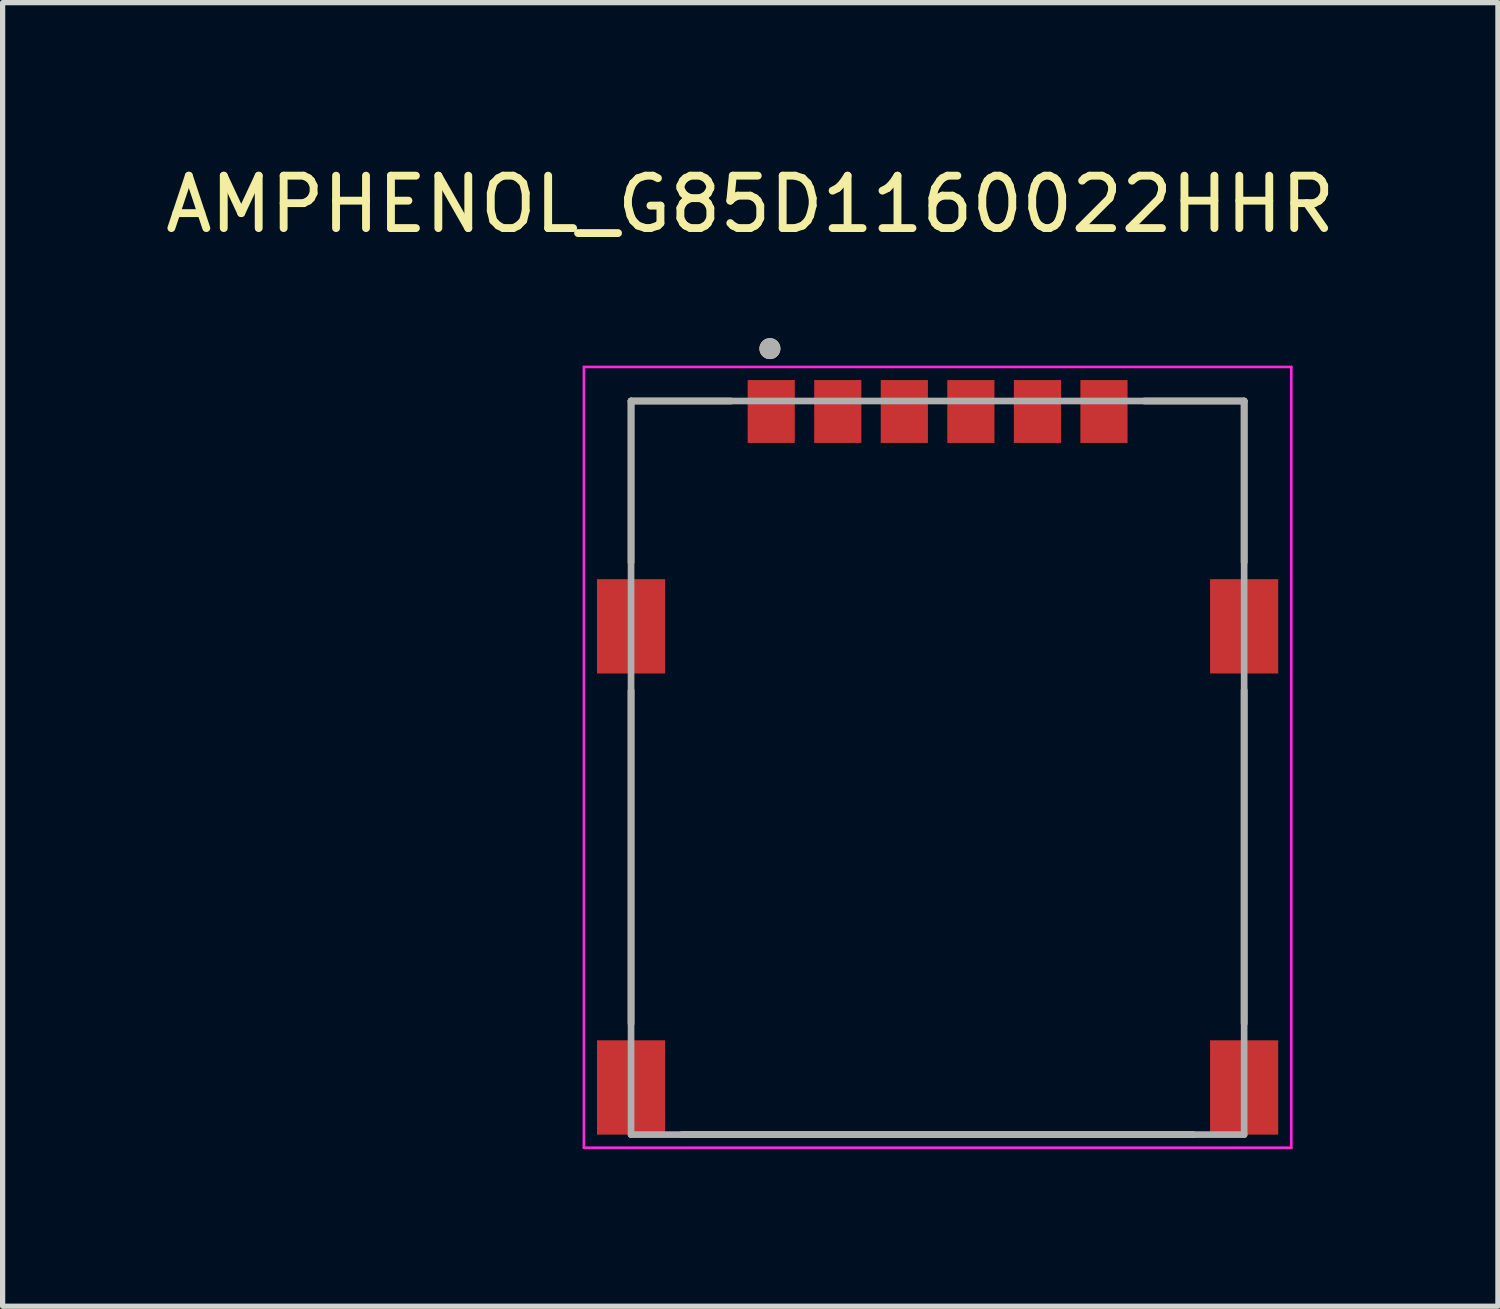
<source format=kicad_pcb>
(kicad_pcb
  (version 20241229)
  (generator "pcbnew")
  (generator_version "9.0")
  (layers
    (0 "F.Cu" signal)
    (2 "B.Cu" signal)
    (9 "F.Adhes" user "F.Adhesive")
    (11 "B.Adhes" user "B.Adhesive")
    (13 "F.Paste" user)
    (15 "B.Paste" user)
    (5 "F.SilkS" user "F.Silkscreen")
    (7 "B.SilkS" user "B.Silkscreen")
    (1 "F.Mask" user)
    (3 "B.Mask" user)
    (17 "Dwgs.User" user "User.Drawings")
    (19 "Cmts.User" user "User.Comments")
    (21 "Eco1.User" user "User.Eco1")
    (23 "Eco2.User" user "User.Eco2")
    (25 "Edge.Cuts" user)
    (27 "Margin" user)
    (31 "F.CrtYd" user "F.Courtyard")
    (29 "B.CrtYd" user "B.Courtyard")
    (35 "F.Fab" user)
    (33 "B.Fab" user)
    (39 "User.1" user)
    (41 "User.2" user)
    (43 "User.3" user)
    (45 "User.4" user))
  (footprint "AMPHENOL_G85D1160022HHR"
    (layer "F.Cu")
    (at 14.843 11.603)
    (property "Reference" "AMPHENOL_G85D1160022HHR" (at -3.575 -10.755 0) (layer "F.SilkS") (effects (font (size 1 1) (thickness 0.15))))
    (attr smd)
    (fp_line (start -5.85 -7) (end -3.945 -7) (stroke (width 0.127) (type solid)) (layer "F.SilkS"))
    (fp_line (start -5.85 -3.92) (end -5.85 -7) (stroke (width 0.127) (type solid)) (layer "F.SilkS"))
    (fp_line (start -5.85 -1.48) (end -5.85 4.88) (stroke (width 0.127) (type solid)) (layer "F.SilkS"))
    (fp_line (start -4.88 7) (end 4.88 7) (stroke (width 0.127) (type solid)) (layer "F.SilkS"))
    (fp_line (start 3.945 -7) (end 5.85 -7) (stroke (width 0.127) (type solid)) (layer "F.SilkS"))
    (fp_line (start 5.85 -7) (end 5.85 -3.92) (stroke (width 0.127) (type solid)) (layer "F.SilkS"))
    (fp_line (start 5.85 -1.48) (end 5.85 4.88) (stroke (width 0.127) (type solid)) (layer "F.SilkS"))
    (fp_circle (center -3.2 -8) (end -3.1 -8) (stroke (width 0.2) (type solid)) (fill no) (layer "F.SilkS"))
    (fp_line (start -6.75 -7.65) (end -6.75 7.25) (stroke (width 0.05) (type solid)) (layer "F.CrtYd"))
    (fp_line (start -6.75 7.25) (end 6.75 7.25) (stroke (width 0.05) (type solid)) (layer "F.CrtYd"))
    (fp_line (start 6.75 -7.65) (end -6.75 -7.65) (stroke (width 0.05) (type solid)) (layer "F.CrtYd"))
    (fp_line (start 6.75 7.25) (end 6.75 -7.65) (stroke (width 0.05) (type solid)) (layer "F.CrtYd"))
    (fp_line (start -5.85 -7) (end 5.85 -7) (stroke (width 0.127) (type solid)) (layer "F.Fab"))
    (fp_line (start -5.85 7) (end -5.85 -7) (stroke (width 0.127) (type solid)) (layer "F.Fab"))
    (fp_line (start 5.85 -7) (end 5.85 7) (stroke (width 0.127) (type solid)) (layer "F.Fab"))
    (fp_line (start 5.85 7) (end -5.85 7) (stroke (width 0.127) (type solid)) (layer "F.Fab"))
    (fp_circle (center -3.2 -8) (end -3.1 -8) (stroke (width 0.2) (type solid)) (fill no) (layer "F.Fab"))
    (pad "C1" smd rect (at -3.175 -6.8) (size 0.9 1.2) (layers "F.Cu" "F.Mask" "F.Paste"))
    (pad "C2" smd rect (at -0.635 -6.8) (size 0.9 1.2) (layers "F.Cu" "F.Mask" "F.Paste"))
    (pad "C3" smd rect (at 1.905 -6.8) (size 0.9 1.2) (layers "F.Cu" "F.Mask" "F.Paste"))
    (pad "C5" smd rect (at -1.905 -6.8) (size 0.9 1.2) (layers "F.Cu" "F.Mask" "F.Paste"))
    (pad "C6" smd rect (at 0.635 -6.8) (size 0.9 1.2) (layers "F.Cu" "F.Mask" "F.Paste"))
    (pad "C7" smd rect (at 3.175 -6.8) (size 0.9 1.2) (layers "F.Cu" "F.Mask" "F.Paste"))
    (pad "S1" smd rect (at -5.85 -2.7) (size 1.3 1.8) (layers "F.Cu" "F.Mask" "F.Paste"))
    (pad "S2" smd rect (at 5.85 -2.7) (size 1.3 1.8) (layers "F.Cu" "F.Mask" "F.Paste"))
    (pad "S3" smd rect (at 5.85 6.1) (size 1.3 1.8) (layers "F.Cu" "F.Mask" "F.Paste"))
    (pad "SW" smd rect (at -5.85 6.1) (size 1.3 1.8) (layers "F.Cu" "F.Mask" "F.Paste")))
  (gr_rect
    (start -3 -3)
    (end 25.536 21.878)
    (stroke (width 0.1) (type default))
    (fill no)
    (layer "Edge.Cuts")))
</source>
